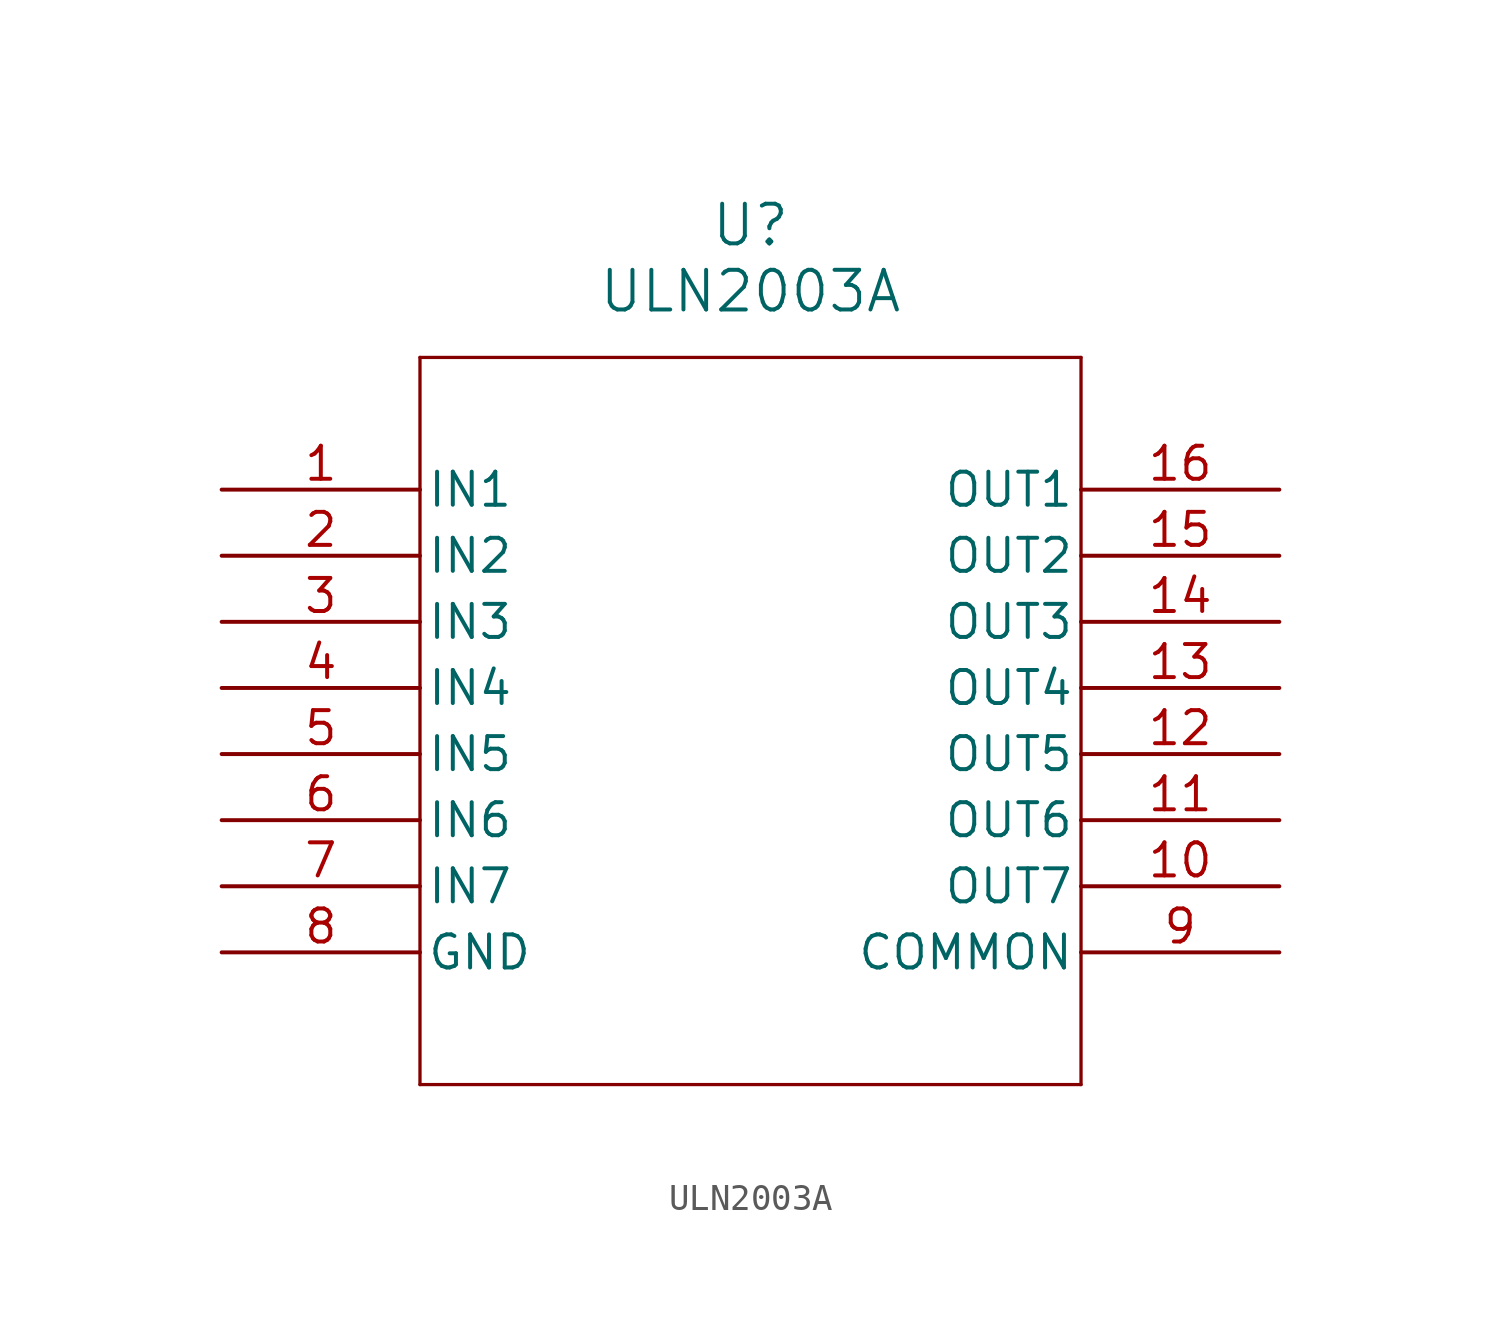
<source format=kicad_sym>
(kicad_symbol_lib
  (version 20211014)
  (generator kicad_symbol_editor)
  (symbol "ULN2003A"
    (pin_names
      (offset 0.254))
    (property "Reference" "U"
      (at 20.32 10.16 0)
      (effects (font (size 1.524 1.524))))
    (property "Value" "ULN2003A"
      (at 20.32 7.62 0)
      (effects (font (size 1.524 1.524))))
    (symbol "ULN2003A_0_1"
      (polyline (pts (xy 7.62 5.08) (xy 7.62 -22.86)) (stroke (width 0.127) (type default) (color 0 0 0 0)) (fill (type none)))
      (polyline (pts (xy 7.62 -22.86) (xy 33.02 -22.86)) (stroke (width 0.127) (type default) (color 0 0 0 0)) (fill (type none)))
      (polyline (pts (xy 33.02 -22.86) (xy 33.02 5.08)) (stroke (width 0.127) (type default) (color 0 0 0 0)) (fill (type none)))
      (polyline (pts (xy 33.02 5.08) (xy 7.62 5.08)) (stroke (width 0.127) (type default) (color 0 0 0 0)) (fill (type none)))
      (pin input line (at 0 0 0) (length 7.62) (name "IN1" (effects (font (size 1.27 1.27)))) (number "1" (effects (font (size 1.27 1.27)))))
      (pin input line (at 0 -2.54 0) (length 7.62) (name "IN2" (effects (font (size 1.27 1.27)))) (number "2" (effects (font (size 1.27 1.27)))))
      (pin input line (at 0 -5.08 0) (length 7.62) (name "IN3" (effects (font (size 1.27 1.27)))) (number "3" (effects (font (size 1.27 1.27)))))
      (pin input line (at 0 -7.62 0) (length 7.62) (name "IN4" (effects (font (size 1.27 1.27)))) (number "4" (effects (font (size 1.27 1.27)))))
      (pin input line (at 0 -10.16 0) (length 7.62) (name "IN5" (effects (font (size 1.27 1.27)))) (number "5" (effects (font (size 1.27 1.27)))))
      (pin input line (at 0 -12.7 0) (length 7.62) (name "IN6" (effects (font (size 1.27 1.27)))) (number "6" (effects (font (size 1.27 1.27)))))
      (pin input line (at 0 -15.24 0) (length 7.62) (name "IN7" (effects (font (size 1.27 1.27)))) (number "7" (effects (font (size 1.27 1.27)))))
      (pin power_out line (at 0 -17.78 0) (length 7.62) (name "GND" (effects (font (size 1.27 1.27)))) (number "8" (effects (font (size 1.27 1.27)))))
      (pin unspecified line (at 40.64 -17.78 180) (length 7.62) (name "COMMON" (effects (font (size 1.27 1.27)))) (number "9" (effects (font (size 1.27 1.27)))))
      (pin output line (at 40.64 -15.24 180) (length 7.62) (name "OUT7" (effects (font (size 1.27 1.27)))) (number "10" (effects (font (size 1.27 1.27)))))
      (pin output line (at 40.64 -12.7 180) (length 7.62) (name "OUT6" (effects (font (size 1.27 1.27)))) (number "11" (effects (font (size 1.27 1.27)))))
      (pin output line (at 40.64 -10.16 180) (length 7.62) (name "OUT5" (effects (font (size 1.27 1.27)))) (number "12" (effects (font (size 1.27 1.27)))))
      (pin output line (at 40.64 -7.62 180) (length 7.62) (name "OUT4" (effects (font (size 1.27 1.27)))) (number "13" (effects (font (size 1.27 1.27)))))
      (pin output line (at 40.64 -5.08 180) (length 7.62) (name "OUT3" (effects (font (size 1.27 1.27)))) (number "14" (effects (font (size 1.27 1.27)))))
      (pin output line (at 40.64 -2.54 180) (length 7.62) (name "OUT2" (effects (font (size 1.27 1.27)))) (number "15" (effects (font (size 1.27 1.27)))))
      (pin output line (at 40.64 0 180) (length 7.62) (name "OUT1" (effects (font (size 1.27 1.27)))) (number "16" (effects (font (size 1.27 1.27))))))))
</source>
